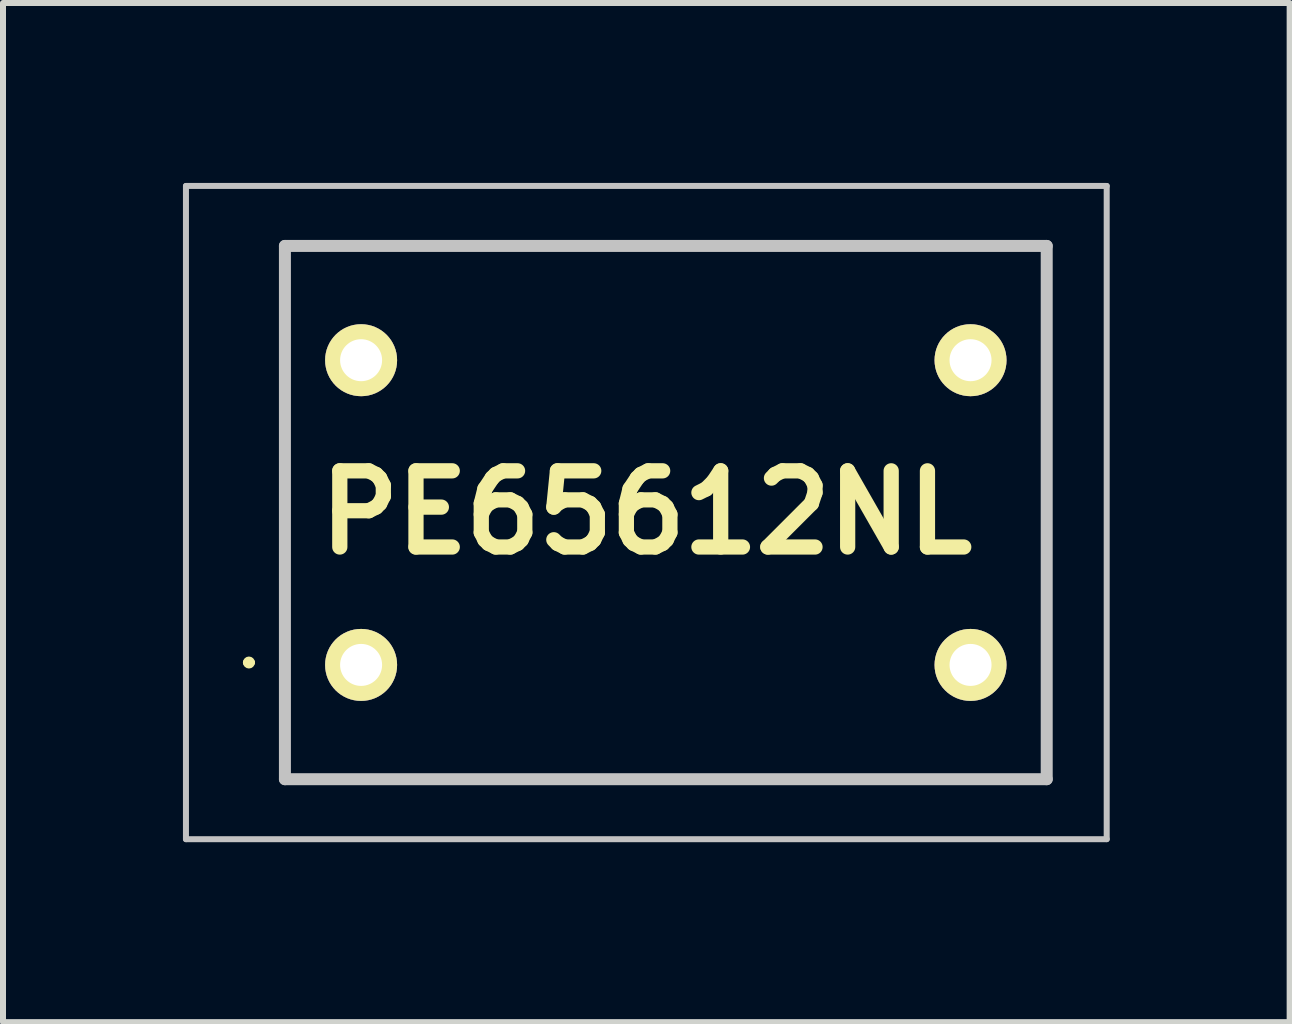
<source format=kicad_pcb>
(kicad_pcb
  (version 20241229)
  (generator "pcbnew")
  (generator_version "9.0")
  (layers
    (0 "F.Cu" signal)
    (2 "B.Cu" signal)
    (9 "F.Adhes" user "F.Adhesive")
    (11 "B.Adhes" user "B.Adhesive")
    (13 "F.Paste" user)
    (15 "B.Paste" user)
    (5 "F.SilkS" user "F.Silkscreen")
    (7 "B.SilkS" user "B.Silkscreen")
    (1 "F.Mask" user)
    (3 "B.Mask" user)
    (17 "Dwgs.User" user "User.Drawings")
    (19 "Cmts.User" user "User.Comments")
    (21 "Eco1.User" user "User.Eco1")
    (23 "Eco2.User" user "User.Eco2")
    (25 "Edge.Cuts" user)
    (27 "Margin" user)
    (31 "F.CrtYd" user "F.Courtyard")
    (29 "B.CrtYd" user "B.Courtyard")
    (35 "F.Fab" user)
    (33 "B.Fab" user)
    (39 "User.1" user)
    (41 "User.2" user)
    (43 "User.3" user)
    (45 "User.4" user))
  (footprint "PE65612NL"
    (layer "F.Cu")
    (at 2.97 8.035)
    (property "Reference" "PE65612NL" (at 4.755 -2.54 0) (layer "F.SilkS") (effects (font (size 1.27 1.27) (thickness 0.254))))
    (attr through_hole exclude_from_pos_files)
    (fp_line (start -1.92 -0.04) (end -1.92 -0.04) (stroke (width 0.1) (type solid)) (layer "F.SilkS"))
    (fp_line (start -1.82 -0.04) (end -1.82 -0.04) (stroke (width 0.1) (type solid)) (layer "F.SilkS"))
    (fp_line (start -1.27 -6.985) (end 11.43 -6.985) (stroke (width 0.1) (type solid)) (layer "F.SilkS"))
    (fp_line (start -1.27 1.905) (end -1.27 -6.985) (stroke (width 0.1) (type solid)) (layer "F.SilkS"))
    (fp_line (start 11.43 -6.985) (end 11.43 1.905) (stroke (width 0.1) (type solid)) (layer "F.SilkS"))
    (fp_line (start 11.43 1.905) (end -1.27 1.905) (stroke (width 0.1) (type solid)) (layer "F.SilkS"))
    (fp_arc (start -1.92 -0.04) (mid -1.87 -0.09) (end -1.82 -0.04) (stroke (width 0.1) (type solid)) (layer "F.SilkS"))
    (fp_arc (start -1.82 -0.04) (mid -1.87 0.01) (end -1.92 -0.04) (stroke (width 0.1) (type solid)) (layer "F.SilkS"))
    (fp_line (start -2.92 -7.985) (end 12.43 -7.985) (stroke (width 0.1) (type solid)) (layer "Dwgs.User"))
    (fp_line (start -2.92 2.905) (end -2.92 -7.985) (stroke (width 0.1) (type solid)) (layer "Dwgs.User"))
    (fp_line (start -1.27 -6.985) (end 11.43 -6.985) (stroke (width 0.2) (type solid)) (layer "Dwgs.User"))
    (fp_line (start -1.27 1.905) (end -1.27 -6.985) (stroke (width 0.2) (type solid)) (layer "Dwgs.User"))
    (fp_line (start 11.43 -6.985) (end 11.43 1.905) (stroke (width 0.2) (type solid)) (layer "Dwgs.User"))
    (fp_line (start 11.43 1.905) (end -1.27 1.905) (stroke (width 0.2) (type solid)) (layer "Dwgs.User"))
    (fp_line (start 12.43 -7.985) (end 12.43 2.905) (stroke (width 0.1) (type solid)) (layer "Dwgs.User"))
    (fp_line (start 12.43 2.905) (end -2.92 2.905) (stroke (width 0.1) (type solid)) (layer "Dwgs.User"))
    (pad "1" thru_hole circle (at 0 0 90) (size 1.2 1.2) (drill 0.7) (layers "*.Cu" "*.Mask" "F.SilkS"))
    (pad "2" thru_hole circle (at 0 -5.08 90) (size 1.2 1.2) (drill 0.7) (layers "*.Cu" "*.Mask" "F.SilkS"))
    (pad "3" thru_hole circle (at 10.16 0 90) (size 1.2 1.2) (drill 0.7) (layers "*.Cu" "*.Mask" "F.SilkS"))
    (pad "4" thru_hole circle (at 10.16 -5.08 90) (size 1.2 1.2) (drill 0.7) (layers "*.Cu" "*.Mask" "F.SilkS")))
  (gr_rect
    (start -3 -3)
    (end 18.45 13.99)
    (stroke (width 0.1) (type default))
    (fill no)
    (layer "Edge.Cuts")))
</source>
